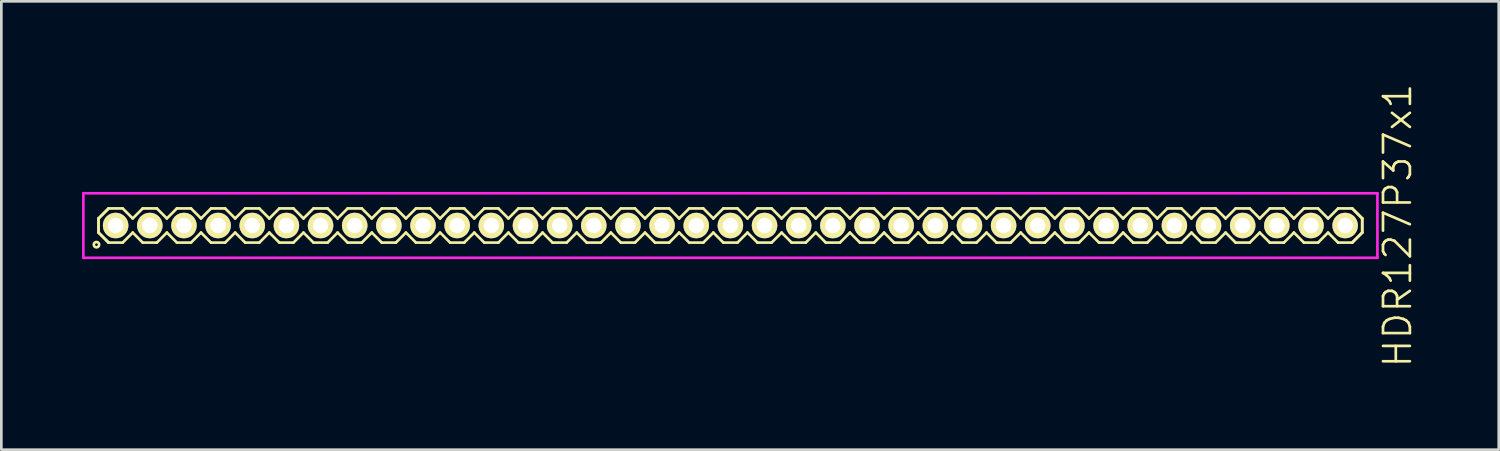
<source format=kicad_pcb>
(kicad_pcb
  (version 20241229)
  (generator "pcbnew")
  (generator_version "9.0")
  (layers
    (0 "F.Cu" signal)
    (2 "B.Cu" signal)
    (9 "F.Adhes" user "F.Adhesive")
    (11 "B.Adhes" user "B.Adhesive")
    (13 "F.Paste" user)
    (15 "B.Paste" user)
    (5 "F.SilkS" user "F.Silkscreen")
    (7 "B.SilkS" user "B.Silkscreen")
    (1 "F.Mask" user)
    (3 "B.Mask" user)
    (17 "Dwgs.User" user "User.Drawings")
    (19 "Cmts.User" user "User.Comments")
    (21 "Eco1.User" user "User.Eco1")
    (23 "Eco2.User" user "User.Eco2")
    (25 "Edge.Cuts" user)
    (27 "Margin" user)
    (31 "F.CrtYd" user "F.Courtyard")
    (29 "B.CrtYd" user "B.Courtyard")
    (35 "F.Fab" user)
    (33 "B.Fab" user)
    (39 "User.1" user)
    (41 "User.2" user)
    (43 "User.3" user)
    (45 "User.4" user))
  (footprint "HDR127P37x1"
    (layer "F.Cu")
    (at 24.11 5.336)
    (property "Reference" "HDR127P37x1" (at 24.81 0 90) (layer "F.SilkS") (effects (font (size 1 1) (thickness 0.1))))
    (attr through_hole)
    (fp_line (start -23.495 -0.263) (end -23.123 -0.635) (stroke (width 0.1) (type solid)) (layer "F.SilkS"))
    (fp_line (start -23.495 -0.263) (end -23.123 -0.635) (stroke (width 0.1) (type solid)) (layer "F.SilkS"))
    (fp_line (start -23.495 0.263) (end -23.495 -0.263) (stroke (width 0.1) (type solid)) (layer "F.SilkS"))
    (fp_line (start -23.495 0.263) (end -23.495 -0.263) (stroke (width 0.1) (type solid)) (layer "F.SilkS"))
    (fp_line (start -23.123 -0.635) (end -22.597 -0.635) (stroke (width 0.1) (type solid)) (layer "F.SilkS"))
    (fp_line (start -23.123 0.635) (end -23.495 0.263) (stroke (width 0.1) (type solid)) (layer "F.SilkS"))
    (fp_line (start -23.123 0.635) (end -23.495 0.263) (stroke (width 0.1) (type solid)) (layer "F.SilkS"))
    (fp_line (start -22.597 -0.635) (end -22.225 -0.263) (stroke (width 0.1) (type solid)) (layer "F.SilkS"))
    (fp_line (start -22.597 0.635) (end -23.123 0.635) (stroke (width 0.1) (type solid)) (layer "F.SilkS"))
    (fp_line (start -22.225 -0.263) (end -21.853 -0.635) (stroke (width 0.1) (type solid)) (layer "F.SilkS"))
    (fp_line (start -22.225 0.263) (end -22.597 0.635) (stroke (width 0.1) (type solid)) (layer "F.SilkS"))
    (fp_line (start -21.853 -0.635) (end -21.327 -0.635) (stroke (width 0.1) (type solid)) (layer "F.SilkS"))
    (fp_line (start -21.853 0.635) (end -22.225 0.263) (stroke (width 0.1) (type solid)) (layer "F.SilkS"))
    (fp_line (start -21.327 -0.635) (end -20.955 -0.263) (stroke (width 0.1) (type solid)) (layer "F.SilkS"))
    (fp_line (start -21.327 0.635) (end -21.853 0.635) (stroke (width 0.1) (type solid)) (layer "F.SilkS"))
    (fp_line (start -20.955 -0.263) (end -20.583 -0.635) (stroke (width 0.1) (type solid)) (layer "F.SilkS"))
    (fp_line (start -20.955 0.263) (end -21.327 0.635) (stroke (width 0.1) (type solid)) (layer "F.SilkS"))
    (fp_line (start -20.583 -0.635) (end -20.057 -0.635) (stroke (width 0.1) (type solid)) (layer "F.SilkS"))
    (fp_line (start -20.583 0.635) (end -20.955 0.263) (stroke (width 0.1) (type solid)) (layer "F.SilkS"))
    (fp_line (start -20.057 -0.635) (end -19.685 -0.263) (stroke (width 0.1) (type solid)) (layer "F.SilkS"))
    (fp_line (start -20.057 0.635) (end -20.583 0.635) (stroke (width 0.1) (type solid)) (layer "F.SilkS"))
    (fp_line (start -19.685 -0.263) (end -19.313 -0.635) (stroke (width 0.1) (type solid)) (layer "F.SilkS"))
    (fp_line (start -19.685 0.263) (end -20.057 0.635) (stroke (width 0.1) (type solid)) (layer "F.SilkS"))
    (fp_line (start -19.313 -0.635) (end -18.787 -0.635) (stroke (width 0.1) (type solid)) (layer "F.SilkS"))
    (fp_line (start -19.313 0.635) (end -19.685 0.263) (stroke (width 0.1) (type solid)) (layer "F.SilkS"))
    (fp_line (start -18.787 -0.635) (end -18.415 -0.263) (stroke (width 0.1) (type solid)) (layer "F.SilkS"))
    (fp_line (start -18.787 0.635) (end -19.313 0.635) (stroke (width 0.1) (type solid)) (layer "F.SilkS"))
    (fp_line (start -18.415 -0.263) (end -18.043 -0.635) (stroke (width 0.1) (type solid)) (layer "F.SilkS"))
    (fp_line (start -18.415 0.263) (end -18.787 0.635) (stroke (width 0.1) (type solid)) (layer "F.SilkS"))
    (fp_line (start -18.043 -0.635) (end -17.517 -0.635) (stroke (width 0.1) (type solid)) (layer "F.SilkS"))
    (fp_line (start -18.043 0.635) (end -18.415 0.263) (stroke (width 0.1) (type solid)) (layer "F.SilkS"))
    (fp_line (start -17.517 -0.635) (end -17.145 -0.263) (stroke (width 0.1) (type solid)) (layer "F.SilkS"))
    (fp_line (start -17.517 0.635) (end -18.043 0.635) (stroke (width 0.1) (type solid)) (layer "F.SilkS"))
    (fp_line (start -17.145 -0.263) (end -16.773 -0.635) (stroke (width 0.1) (type solid)) (layer "F.SilkS"))
    (fp_line (start -17.145 0.263) (end -17.517 0.635) (stroke (width 0.1) (type solid)) (layer "F.SilkS"))
    (fp_line (start -16.773 -0.635) (end -16.247 -0.635) (stroke (width 0.1) (type solid)) (layer "F.SilkS"))
    (fp_line (start -16.773 0.635) (end -17.145 0.263) (stroke (width 0.1) (type solid)) (layer "F.SilkS"))
    (fp_line (start -16.247 -0.635) (end -15.875 -0.263) (stroke (width 0.1) (type solid)) (layer "F.SilkS"))
    (fp_line (start -16.247 0.635) (end -16.773 0.635) (stroke (width 0.1) (type solid)) (layer "F.SilkS"))
    (fp_line (start -15.875 -0.263) (end -15.503 -0.635) (stroke (width 0.1) (type solid)) (layer "F.SilkS"))
    (fp_line (start -15.875 0.263) (end -16.247 0.635) (stroke (width 0.1) (type solid)) (layer "F.SilkS"))
    (fp_line (start -15.503 -0.635) (end -14.977 -0.635) (stroke (width 0.1) (type solid)) (layer "F.SilkS"))
    (fp_line (start -15.503 0.635) (end -15.875 0.263) (stroke (width 0.1) (type solid)) (layer "F.SilkS"))
    (fp_line (start -14.977 -0.635) (end -14.605 -0.263) (stroke (width 0.1) (type solid)) (layer "F.SilkS"))
    (fp_line (start -14.977 0.635) (end -15.503 0.635) (stroke (width 0.1) (type solid)) (layer "F.SilkS"))
    (fp_line (start -14.605 -0.263) (end -14.233 -0.635) (stroke (width 0.1) (type solid)) (layer "F.SilkS"))
    (fp_line (start -14.605 0.263) (end -14.977 0.635) (stroke (width 0.1) (type solid)) (layer "F.SilkS"))
    (fp_line (start -14.233 -0.635) (end -13.707 -0.635) (stroke (width 0.1) (type solid)) (layer "F.SilkS"))
    (fp_line (start -14.233 0.635) (end -14.605 0.263) (stroke (width 0.1) (type solid)) (layer "F.SilkS"))
    (fp_line (start -13.707 -0.635) (end -13.335 -0.263) (stroke (width 0.1) (type solid)) (layer "F.SilkS"))
    (fp_line (start -13.707 0.635) (end -14.233 0.635) (stroke (width 0.1) (type solid)) (layer "F.SilkS"))
    (fp_line (start -13.335 -0.263) (end -12.963 -0.635) (stroke (width 0.1) (type solid)) (layer "F.SilkS"))
    (fp_line (start -13.335 0.263) (end -13.707 0.635) (stroke (width 0.1) (type solid)) (layer "F.SilkS"))
    (fp_line (start -12.963 -0.635) (end -12.437 -0.635) (stroke (width 0.1) (type solid)) (layer "F.SilkS"))
    (fp_line (start -12.963 0.635) (end -13.335 0.263) (stroke (width 0.1) (type solid)) (layer "F.SilkS"))
    (fp_line (start -12.437 -0.635) (end -12.065 -0.263) (stroke (width 0.1) (type solid)) (layer "F.SilkS"))
    (fp_line (start -12.437 0.635) (end -12.963 0.635) (stroke (width 0.1) (type solid)) (layer "F.SilkS"))
    (fp_line (start -12.065 -0.263) (end -11.693 -0.635) (stroke (width 0.1) (type solid)) (layer "F.SilkS"))
    (fp_line (start -12.065 0.263) (end -12.437 0.635) (stroke (width 0.1) (type solid)) (layer "F.SilkS"))
    (fp_line (start -11.693 -0.635) (end -11.167 -0.635) (stroke (width 0.1) (type solid)) (layer "F.SilkS"))
    (fp_line (start -11.693 0.635) (end -12.065 0.263) (stroke (width 0.1) (type solid)) (layer "F.SilkS"))
    (fp_line (start -11.167 -0.635) (end -10.795 -0.263) (stroke (width 0.1) (type solid)) (layer "F.SilkS"))
    (fp_line (start -11.167 0.635) (end -11.693 0.635) (stroke (width 0.1) (type solid)) (layer "F.SilkS"))
    (fp_line (start -10.795 -0.263) (end -10.423 -0.635) (stroke (width 0.1) (type solid)) (layer "F.SilkS"))
    (fp_line (start -10.795 0.263) (end -11.167 0.635) (stroke (width 0.1) (type solid)) (layer "F.SilkS"))
    (fp_line (start -10.423 -0.635) (end -9.897 -0.635) (stroke (width 0.1) (type solid)) (layer "F.SilkS"))
    (fp_line (start -10.423 0.635) (end -10.795 0.263) (stroke (width 0.1) (type solid)) (layer "F.SilkS"))
    (fp_line (start -9.897 -0.635) (end -9.525 -0.263) (stroke (width 0.1) (type solid)) (layer "F.SilkS"))
    (fp_line (start -9.897 0.635) (end -10.423 0.635) (stroke (width 0.1) (type solid)) (layer "F.SilkS"))
    (fp_line (start -9.525 -0.263) (end -9.153 -0.635) (stroke (width 0.1) (type solid)) (layer "F.SilkS"))
    (fp_line (start -9.525 0.263) (end -9.897 0.635) (stroke (width 0.1) (type solid)) (layer "F.SilkS"))
    (fp_line (start -9.153 -0.635) (end -8.627 -0.635) (stroke (width 0.1) (type solid)) (layer "F.SilkS"))
    (fp_line (start -9.153 0.635) (end -9.525 0.263) (stroke (width 0.1) (type solid)) (layer "F.SilkS"))
    (fp_line (start -8.627 -0.635) (end -8.255 -0.263) (stroke (width 0.1) (type solid)) (layer "F.SilkS"))
    (fp_line (start -8.627 0.635) (end -9.153 0.635) (stroke (width 0.1) (type solid)) (layer "F.SilkS"))
    (fp_line (start -8.255 -0.263) (end -7.883 -0.635) (stroke (width 0.1) (type solid)) (layer "F.SilkS"))
    (fp_line (start -8.255 0.263) (end -8.627 0.635) (stroke (width 0.1) (type solid)) (layer "F.SilkS"))
    (fp_line (start -7.883 -0.635) (end -7.357 -0.635) (stroke (width 0.1) (type solid)) (layer "F.SilkS"))
    (fp_line (start -7.883 0.635) (end -8.255 0.263) (stroke (width 0.1) (type solid)) (layer "F.SilkS"))
    (fp_line (start -7.357 -0.635) (end -6.985 -0.263) (stroke (width 0.1) (type solid)) (layer "F.SilkS"))
    (fp_line (start -7.357 0.635) (end -7.883 0.635) (stroke (width 0.1) (type solid)) (layer "F.SilkS"))
    (fp_line (start -6.985 -0.263) (end -6.613 -0.635) (stroke (width 0.1) (type solid)) (layer "F.SilkS"))
    (fp_line (start -6.985 0.263) (end -7.357 0.635) (stroke (width 0.1) (type solid)) (layer "F.SilkS"))
    (fp_line (start -6.613 -0.635) (end -6.087 -0.635) (stroke (width 0.1) (type solid)) (layer "F.SilkS"))
    (fp_line (start -6.613 0.635) (end -6.985 0.263) (stroke (width 0.1) (type solid)) (layer "F.SilkS"))
    (fp_line (start -6.087 -0.635) (end -5.715 -0.263) (stroke (width 0.1) (type solid)) (layer "F.SilkS"))
    (fp_line (start -6.087 0.635) (end -6.613 0.635) (stroke (width 0.1) (type solid)) (layer "F.SilkS"))
    (fp_line (start -5.715 -0.263) (end -5.343 -0.635) (stroke (width 0.1) (type solid)) (layer "F.SilkS"))
    (fp_line (start -5.715 0.263) (end -6.087 0.635) (stroke (width 0.1) (type solid)) (layer "F.SilkS"))
    (fp_line (start -5.343 -0.635) (end -4.817 -0.635) (stroke (width 0.1) (type solid)) (layer "F.SilkS"))
    (fp_line (start -5.343 0.635) (end -5.715 0.263) (stroke (width 0.1) (type solid)) (layer "F.SilkS"))
    (fp_line (start -4.817 -0.635) (end -4.445 -0.263) (stroke (width 0.1) (type solid)) (layer "F.SilkS"))
    (fp_line (start -4.817 0.635) (end -5.343 0.635) (stroke (width 0.1) (type solid)) (layer "F.SilkS"))
    (fp_line (start -4.445 -0.263) (end -4.073 -0.635) (stroke (width 0.1) (type solid)) (layer "F.SilkS"))
    (fp_line (start -4.445 0.263) (end -4.817 0.635) (stroke (width 0.1) (type solid)) (layer "F.SilkS"))
    (fp_line (start -4.073 -0.635) (end -3.547 -0.635) (stroke (width 0.1) (type solid)) (layer "F.SilkS"))
    (fp_line (start -4.073 0.635) (end -4.445 0.263) (stroke (width 0.1) (type solid)) (layer "F.SilkS"))
    (fp_line (start -3.547 -0.635) (end -3.175 -0.263) (stroke (width 0.1) (type solid)) (layer "F.SilkS"))
    (fp_line (start -3.547 0.635) (end -4.073 0.635) (stroke (width 0.1) (type solid)) (layer "F.SilkS"))
    (fp_line (start -3.175 -0.263) (end -2.803 -0.635) (stroke (width 0.1) (type solid)) (layer "F.SilkS"))
    (fp_line (start -3.175 0.263) (end -3.547 0.635) (stroke (width 0.1) (type solid)) (layer "F.SilkS"))
    (fp_line (start -2.803 -0.635) (end -2.277 -0.635) (stroke (width 0.1) (type solid)) (layer "F.SilkS"))
    (fp_line (start -2.803 0.635) (end -3.175 0.263) (stroke (width 0.1) (type solid)) (layer "F.SilkS"))
    (fp_line (start -2.277 -0.635) (end -1.905 -0.263) (stroke (width 0.1) (type solid)) (layer "F.SilkS"))
    (fp_line (start -2.277 0.635) (end -2.803 0.635) (stroke (width 0.1) (type solid)) (layer "F.SilkS"))
    (fp_line (start -1.905 -0.263) (end -1.533 -0.635) (stroke (width 0.1) (type solid)) (layer "F.SilkS"))
    (fp_line (start -1.905 0.263) (end -2.277 0.635) (stroke (width 0.1) (type solid)) (layer "F.SilkS"))
    (fp_line (start -1.533 -0.635) (end -1.007 -0.635) (stroke (width 0.1) (type solid)) (layer "F.SilkS"))
    (fp_line (start -1.533 0.635) (end -1.905 0.263) (stroke (width 0.1) (type solid)) (layer "F.SilkS"))
    (fp_line (start -1.007 -0.635) (end -0.635 -0.263) (stroke (width 0.1) (type solid)) (layer "F.SilkS"))
    (fp_line (start -1.007 0.635) (end -1.533 0.635) (stroke (width 0.1) (type solid)) (layer "F.SilkS"))
    (fp_line (start -0.635 -0.263) (end -0.263 -0.635) (stroke (width 0.1) (type solid)) (layer "F.SilkS"))
    (fp_line (start -0.635 0.263) (end -1.007 0.635) (stroke (width 0.1) (type solid)) (layer "F.SilkS"))
    (fp_line (start -0.263 -0.635) (end 0.263 -0.635) (stroke (width 0.1) (type solid)) (layer "F.SilkS"))
    (fp_line (start -0.263 0.635) (end -0.635 0.263) (stroke (width 0.1) (type solid)) (layer "F.SilkS"))
    (fp_line (start 0.263 -0.635) (end 0.635 -0.263) (stroke (width 0.1) (type solid)) (layer "F.SilkS"))
    (fp_line (start 0.263 0.635) (end -0.263 0.635) (stroke (width 0.1) (type solid)) (layer "F.SilkS"))
    (fp_line (start 0.635 -0.263) (end 1.007 -0.635) (stroke (width 0.1) (type solid)) (layer "F.SilkS"))
    (fp_line (start 0.635 0.263) (end 0.263 0.635) (stroke (width 0.1) (type solid)) (layer "F.SilkS"))
    (fp_line (start 1.007 -0.635) (end 1.533 -0.635) (stroke (width 0.1) (type solid)) (layer "F.SilkS"))
    (fp_line (start 1.007 0.635) (end 0.635 0.263) (stroke (width 0.1) (type solid)) (layer "F.SilkS"))
    (fp_line (start 1.533 -0.635) (end 1.905 -0.263) (stroke (width 0.1) (type solid)) (layer "F.SilkS"))
    (fp_line (start 1.533 0.635) (end 1.007 0.635) (stroke (width 0.1) (type solid)) (layer "F.SilkS"))
    (fp_line (start 1.905 -0.263) (end 2.277 -0.635) (stroke (width 0.1) (type solid)) (layer "F.SilkS"))
    (fp_line (start 1.905 0.263) (end 1.533 0.635) (stroke (width 0.1) (type solid)) (layer "F.SilkS"))
    (fp_line (start 2.277 -0.635) (end 2.803 -0.635) (stroke (width 0.1) (type solid)) (layer "F.SilkS"))
    (fp_line (start 2.277 0.635) (end 1.905 0.263) (stroke (width 0.1) (type solid)) (layer "F.SilkS"))
    (fp_line (start 2.803 -0.635) (end 3.175 -0.263) (stroke (width 0.1) (type solid)) (layer "F.SilkS"))
    (fp_line (start 2.803 0.635) (end 2.277 0.635) (stroke (width 0.1) (type solid)) (layer "F.SilkS"))
    (fp_line (start 3.175 -0.263) (end 3.547 -0.635) (stroke (width 0.1) (type solid)) (layer "F.SilkS"))
    (fp_line (start 3.175 0.263) (end 2.803 0.635) (stroke (width 0.1) (type solid)) (layer "F.SilkS"))
    (fp_line (start 3.547 -0.635) (end 4.073 -0.635) (stroke (width 0.1) (type solid)) (layer "F.SilkS"))
    (fp_line (start 3.547 0.635) (end 3.175 0.263) (stroke (width 0.1) (type solid)) (layer "F.SilkS"))
    (fp_line (start 4.073 -0.635) (end 4.445 -0.263) (stroke (width 0.1) (type solid)) (layer "F.SilkS"))
    (fp_line (start 4.073 0.635) (end 3.547 0.635) (stroke (width 0.1) (type solid)) (layer "F.SilkS"))
    (fp_line (start 4.445 -0.263) (end 4.817 -0.635) (stroke (width 0.1) (type solid)) (layer "F.SilkS"))
    (fp_line (start 4.445 0.263) (end 4.073 0.635) (stroke (width 0.1) (type solid)) (layer "F.SilkS"))
    (fp_line (start 4.817 -0.635) (end 5.343 -0.635) (stroke (width 0.1) (type solid)) (layer "F.SilkS"))
    (fp_line (start 4.817 0.635) (end 4.445 0.263) (stroke (width 0.1) (type solid)) (layer "F.SilkS"))
    (fp_line (start 5.343 -0.635) (end 5.715 -0.263) (stroke (width 0.1) (type solid)) (layer "F.SilkS"))
    (fp_line (start 5.343 0.635) (end 4.817 0.635) (stroke (width 0.1) (type solid)) (layer "F.SilkS"))
    (fp_line (start 5.715 -0.263) (end 6.087 -0.635) (stroke (width 0.1) (type solid)) (layer "F.SilkS"))
    (fp_line (start 5.715 0.263) (end 5.343 0.635) (stroke (width 0.1) (type solid)) (layer "F.SilkS"))
    (fp_line (start 6.087 -0.635) (end 6.613 -0.635) (stroke (width 0.1) (type solid)) (layer "F.SilkS"))
    (fp_line (start 6.087 0.635) (end 5.715 0.263) (stroke (width 0.1) (type solid)) (layer "F.SilkS"))
    (fp_line (start 6.613 -0.635) (end 6.985 -0.263) (stroke (width 0.1) (type solid)) (layer "F.SilkS"))
    (fp_line (start 6.613 0.635) (end 6.087 0.635) (stroke (width 0.1) (type solid)) (layer "F.SilkS"))
    (fp_line (start 6.985 -0.263) (end 7.357 -0.635) (stroke (width 0.1) (type solid)) (layer "F.SilkS"))
    (fp_line (start 6.985 0.263) (end 6.613 0.635) (stroke (width 0.1) (type solid)) (layer "F.SilkS"))
    (fp_line (start 7.357 -0.635) (end 7.883 -0.635) (stroke (width 0.1) (type solid)) (layer "F.SilkS"))
    (fp_line (start 7.357 0.635) (end 6.985 0.263) (stroke (width 0.1) (type solid)) (layer "F.SilkS"))
    (fp_line (start 7.883 -0.635) (end 8.255 -0.263) (stroke (width 0.1) (type solid)) (layer "F.SilkS"))
    (fp_line (start 7.883 0.635) (end 7.357 0.635) (stroke (width 0.1) (type solid)) (layer "F.SilkS"))
    (fp_line (start 8.255 -0.263) (end 8.627 -0.635) (stroke (width 0.1) (type solid)) (layer "F.SilkS"))
    (fp_line (start 8.255 0.263) (end 7.883 0.635) (stroke (width 0.1) (type solid)) (layer "F.SilkS"))
    (fp_line (start 8.627 -0.635) (end 9.153 -0.635) (stroke (width 0.1) (type solid)) (layer "F.SilkS"))
    (fp_line (start 8.627 0.635) (end 8.255 0.263) (stroke (width 0.1) (type solid)) (layer "F.SilkS"))
    (fp_line (start 9.153 -0.635) (end 9.525 -0.263) (stroke (width 0.1) (type solid)) (layer "F.SilkS"))
    (fp_line (start 9.153 0.635) (end 8.627 0.635) (stroke (width 0.1) (type solid)) (layer "F.SilkS"))
    (fp_line (start 9.525 -0.263) (end 9.897 -0.635) (stroke (width 0.1) (type solid)) (layer "F.SilkS"))
    (fp_line (start 9.525 0.263) (end 9.153 0.635) (stroke (width 0.1) (type solid)) (layer "F.SilkS"))
    (fp_line (start 9.897 -0.635) (end 10.423 -0.635) (stroke (width 0.1) (type solid)) (layer "F.SilkS"))
    (fp_line (start 9.897 0.635) (end 9.525 0.263) (stroke (width 0.1) (type solid)) (layer "F.SilkS"))
    (fp_line (start 10.423 -0.635) (end 10.795 -0.263) (stroke (width 0.1) (type solid)) (layer "F.SilkS"))
    (fp_line (start 10.423 0.635) (end 9.897 0.635) (stroke (width 0.1) (type solid)) (layer "F.SilkS"))
    (fp_line (start 10.795 -0.263) (end 11.167 -0.635) (stroke (width 0.1) (type solid)) (layer "F.SilkS"))
    (fp_line (start 10.795 0.263) (end 10.423 0.635) (stroke (width 0.1) (type solid)) (layer "F.SilkS"))
    (fp_line (start 11.167 -0.635) (end 11.693 -0.635) (stroke (width 0.1) (type solid)) (layer "F.SilkS"))
    (fp_line (start 11.167 0.635) (end 10.795 0.263) (stroke (width 0.1) (type solid)) (layer "F.SilkS"))
    (fp_line (start 11.693 -0.635) (end 12.065 -0.263) (stroke (width 0.1) (type solid)) (layer "F.SilkS"))
    (fp_line (start 11.693 0.635) (end 11.167 0.635) (stroke (width 0.1) (type solid)) (layer "F.SilkS"))
    (fp_line (start 12.065 -0.263) (end 12.437 -0.635) (stroke (width 0.1) (type solid)) (layer "F.SilkS"))
    (fp_line (start 12.065 0.263) (end 11.693 0.635) (stroke (width 0.1) (type solid)) (layer "F.SilkS"))
    (fp_line (start 12.437 -0.635) (end 12.963 -0.635) (stroke (width 0.1) (type solid)) (layer "F.SilkS"))
    (fp_line (start 12.437 0.635) (end 12.065 0.263) (stroke (width 0.1) (type solid)) (layer "F.SilkS"))
    (fp_line (start 12.963 -0.635) (end 13.335 -0.263) (stroke (width 0.1) (type solid)) (layer "F.SilkS"))
    (fp_line (start 12.963 0.635) (end 12.437 0.635) (stroke (width 0.1) (type solid)) (layer "F.SilkS"))
    (fp_line (start 13.335 -0.263) (end 13.707 -0.635) (stroke (width 0.1) (type solid)) (layer "F.SilkS"))
    (fp_line (start 13.335 0.263) (end 12.963 0.635) (stroke (width 0.1) (type solid)) (layer "F.SilkS"))
    (fp_line (start 13.707 -0.635) (end 14.233 -0.635) (stroke (width 0.1) (type solid)) (layer "F.SilkS"))
    (fp_line (start 13.707 0.635) (end 13.335 0.263) (stroke (width 0.1) (type solid)) (layer "F.SilkS"))
    (fp_line (start 14.233 -0.635) (end 14.605 -0.263) (stroke (width 0.1) (type solid)) (layer "F.SilkS"))
    (fp_line (start 14.233 0.635) (end 13.707 0.635) (stroke (width 0.1) (type solid)) (layer "F.SilkS"))
    (fp_line (start 14.605 -0.263) (end 14.977 -0.635) (stroke (width 0.1) (type solid)) (layer "F.SilkS"))
    (fp_line (start 14.605 0.263) (end 14.233 0.635) (stroke (width 0.1) (type solid)) (layer "F.SilkS"))
    (fp_line (start 14.977 -0.635) (end 15.503 -0.635) (stroke (width 0.1) (type solid)) (layer "F.SilkS"))
    (fp_line (start 14.977 0.635) (end 14.605 0.263) (stroke (width 0.1) (type solid)) (layer "F.SilkS"))
    (fp_line (start 15.503 -0.635) (end 15.875 -0.263) (stroke (width 0.1) (type solid)) (layer "F.SilkS"))
    (fp_line (start 15.503 0.635) (end 14.977 0.635) (stroke (width 0.1) (type solid)) (layer "F.SilkS"))
    (fp_line (start 15.875 -0.263) (end 16.247 -0.635) (stroke (width 0.1) (type solid)) (layer "F.SilkS"))
    (fp_line (start 15.875 0.263) (end 15.503 0.635) (stroke (width 0.1) (type solid)) (layer "F.SilkS"))
    (fp_line (start 16.247 -0.635) (end 16.773 -0.635) (stroke (width 0.1) (type solid)) (layer "F.SilkS"))
    (fp_line (start 16.247 0.635) (end 15.875 0.263) (stroke (width 0.1) (type solid)) (layer "F.SilkS"))
    (fp_line (start 16.773 -0.635) (end 17.145 -0.263) (stroke (width 0.1) (type solid)) (layer "F.SilkS"))
    (fp_line (start 16.773 0.635) (end 16.247 0.635) (stroke (width 0.1) (type solid)) (layer "F.SilkS"))
    (fp_line (start 17.145 -0.263) (end 17.517 -0.635) (stroke (width 0.1) (type solid)) (layer "F.SilkS"))
    (fp_line (start 17.145 0.263) (end 16.773 0.635) (stroke (width 0.1) (type solid)) (layer "F.SilkS"))
    (fp_line (start 17.517 -0.635) (end 18.043 -0.635) (stroke (width 0.1) (type solid)) (layer "F.SilkS"))
    (fp_line (start 17.517 0.635) (end 17.145 0.263) (stroke (width 0.1) (type solid)) (layer "F.SilkS"))
    (fp_line (start 18.043 -0.635) (end 18.415 -0.263) (stroke (width 0.1) (type solid)) (layer "F.SilkS"))
    (fp_line (start 18.043 0.635) (end 17.517 0.635) (stroke (width 0.1) (type solid)) (layer "F.SilkS"))
    (fp_line (start 18.415 -0.263) (end 18.787 -0.635) (stroke (width 0.1) (type solid)) (layer "F.SilkS"))
    (fp_line (start 18.415 0.263) (end 18.043 0.635) (stroke (width 0.1) (type solid)) (layer "F.SilkS"))
    (fp_line (start 18.787 -0.635) (end 19.313 -0.635) (stroke (width 0.1) (type solid)) (layer "F.SilkS"))
    (fp_line (start 18.787 0.635) (end 18.415 0.263) (stroke (width 0.1) (type solid)) (layer "F.SilkS"))
    (fp_line (start 19.313 -0.635) (end 19.685 -0.263) (stroke (width 0.1) (type solid)) (layer "F.SilkS"))
    (fp_line (start 19.313 0.635) (end 18.787 0.635) (stroke (width 0.1) (type solid)) (layer "F.SilkS"))
    (fp_line (start 19.685 -0.263) (end 20.057 -0.635) (stroke (width 0.1) (type solid)) (layer "F.SilkS"))
    (fp_line (start 19.685 0.263) (end 19.313 0.635) (stroke (width 0.1) (type solid)) (layer "F.SilkS"))
    (fp_line (start 20.057 -0.635) (end 20.583 -0.635) (stroke (width 0.1) (type solid)) (layer "F.SilkS"))
    (fp_line (start 20.057 0.635) (end 19.685 0.263) (stroke (width 0.1) (type solid)) (layer "F.SilkS"))
    (fp_line (start 20.583 -0.635) (end 20.955 -0.263) (stroke (width 0.1) (type solid)) (layer "F.SilkS"))
    (fp_line (start 20.583 0.635) (end 20.057 0.635) (stroke (width 0.1) (type solid)) (layer "F.SilkS"))
    (fp_line (start 20.955 -0.263) (end 21.327 -0.635) (stroke (width 0.1) (type solid)) (layer "F.SilkS"))
    (fp_line (start 20.955 0.263) (end 20.583 0.635) (stroke (width 0.1) (type solid)) (layer "F.SilkS"))
    (fp_line (start 21.327 -0.635) (end 21.853 -0.635) (stroke (width 0.1) (type solid)) (layer "F.SilkS"))
    (fp_line (start 21.327 0.635) (end 20.955 0.263) (stroke (width 0.1) (type solid)) (layer "F.SilkS"))
    (fp_line (start 21.853 -0.635) (end 22.225 -0.263) (stroke (width 0.1) (type solid)) (layer "F.SilkS"))
    (fp_line (start 21.853 0.635) (end 21.327 0.635) (stroke (width 0.1) (type solid)) (layer "F.SilkS"))
    (fp_line (start 22.225 -0.263) (end 22.597 -0.635) (stroke (width 0.1) (type solid)) (layer "F.SilkS"))
    (fp_line (start 22.225 0.263) (end 21.853 0.635) (stroke (width 0.1) (type solid)) (layer "F.SilkS"))
    (fp_line (start 22.597 -0.635) (end 23.123 -0.635) (stroke (width 0.1) (type solid)) (layer "F.SilkS"))
    (fp_line (start 22.597 0.635) (end 22.225 0.263) (stroke (width 0.1) (type solid)) (layer "F.SilkS"))
    (fp_line (start 23.123 -0.635) (end 23.495 -0.263) (stroke (width 0.1) (type solid)) (layer "F.SilkS"))
    (fp_line (start 23.123 -0.635) (end 23.495 -0.263) (stroke (width 0.1) (type solid)) (layer "F.SilkS"))
    (fp_line (start 23.123 0.635) (end 22.597 0.635) (stroke (width 0.1) (type solid)) (layer "F.SilkS"))
    (fp_line (start 23.495 -0.263) (end 23.495 0.263) (stroke (width 0.1) (type solid)) (layer "F.SilkS"))
    (fp_line (start 23.495 -0.263) (end 23.495 0.263) (stroke (width 0.1) (type solid)) (layer "F.SilkS"))
    (fp_line (start 23.495 0.263) (end 23.123 0.635) (stroke (width 0.1) (type solid)) (layer "F.SilkS"))
    (fp_line (start 23.495 0.263) (end 23.123 0.635) (stroke (width 0.1) (type solid)) (layer "F.SilkS"))
    (fp_circle (center -23.573 0.712) (end -23.473 0.712) (stroke (width 0.1) (type solid)) (fill no) (layer "F.SilkS"))
    (fp_line (start -24.06 -1.2) (end -24.06 1.2) (stroke (width 0.1) (type solid)) (layer "F.CrtYd"))
    (fp_line (start -24.06 1.2) (end 24.06 1.2) (stroke (width 0.1) (type solid)) (layer "F.CrtYd"))
    (fp_line (start 24.06 -1.2) (end -24.06 -1.2) (stroke (width 0.1) (type solid)) (layer "F.CrtYd"))
    (fp_line (start 24.06 1.2) (end 24.06 -1.2) (stroke (width 0.1) (type solid)) (layer "F.CrtYd"))
    (pad "1" thru_hole oval (at -22.86 0) (size 0.95 0.95) (drill 0.57) (layers "*.Cu" "*.Mask" "F.SilkS"))
    (pad "2" thru_hole oval (at -21.59 0) (size 0.95 0.95) (drill 0.57) (layers "*.Cu" "*.Mask" "F.SilkS"))
    (pad "3" thru_hole oval (at -20.32 0) (size 0.95 0.95) (drill 0.57) (layers "*.Cu" "*.Mask" "F.SilkS"))
    (pad "4" thru_hole oval (at -19.05 0) (size 0.95 0.95) (drill 0.57) (layers "*.Cu" "*.Mask" "F.SilkS"))
    (pad "5" thru_hole oval (at -17.78 0) (size 0.95 0.95) (drill 0.57) (layers "*.Cu" "*.Mask" "F.SilkS"))
    (pad "6" thru_hole oval (at -16.51 0) (size 0.95 0.95) (drill 0.57) (layers "*.Cu" "*.Mask" "F.SilkS"))
    (pad "7" thru_hole oval (at -15.24 0) (size 0.95 0.95) (drill 0.57) (layers "*.Cu" "*.Mask" "F.SilkS"))
    (pad "8" thru_hole oval (at -13.97 0) (size 0.95 0.95) (drill 0.57) (layers "*.Cu" "*.Mask" "F.SilkS"))
    (pad "9" thru_hole oval (at -12.7 0) (size 0.95 0.95) (drill 0.57) (layers "*.Cu" "*.Mask" "F.SilkS"))
    (pad "10" thru_hole oval (at -11.43 0) (size 0.95 0.95) (drill 0.57) (layers "*.Cu" "*.Mask" "F.SilkS"))
    (pad "11" thru_hole oval (at -10.16 0) (size 0.95 0.95) (drill 0.57) (layers "*.Cu" "*.Mask" "F.SilkS"))
    (pad "12" thru_hole oval (at -8.89 0) (size 0.95 0.95) (drill 0.57) (layers "*.Cu" "*.Mask" "F.SilkS"))
    (pad "13" thru_hole oval (at -7.62 0) (size 0.95 0.95) (drill 0.57) (layers "*.Cu" "*.Mask" "F.SilkS"))
    (pad "14" thru_hole oval (at -6.35 0) (size 0.95 0.95) (drill 0.57) (layers "*.Cu" "*.Mask" "F.SilkS"))
    (pad "15" thru_hole oval (at -5.08 0) (size 0.95 0.95) (drill 0.57) (layers "*.Cu" "*.Mask" "F.SilkS"))
    (pad "16" thru_hole oval (at -3.81 0) (size 0.95 0.95) (drill 0.57) (layers "*.Cu" "*.Mask" "F.SilkS"))
    (pad "17" thru_hole oval (at -2.54 0) (size 0.95 0.95) (drill 0.57) (layers "*.Cu" "*.Mask" "F.SilkS"))
    (pad "18" thru_hole oval (at -1.27 0) (size 0.95 0.95) (drill 0.57) (layers "*.Cu" "*.Mask" "F.SilkS"))
    (pad "19" thru_hole oval (at 0 0) (size 0.95 0.95) (drill 0.57) (layers "*.Cu" "*.Mask" "F.SilkS"))
    (pad "20" thru_hole oval (at 1.27 0) (size 0.95 0.95) (drill 0.57) (layers "*.Cu" "*.Mask" "F.SilkS"))
    (pad "21" thru_hole oval (at 2.54 0) (size 0.95 0.95) (drill 0.57) (layers "*.Cu" "*.Mask" "F.SilkS"))
    (pad "22" thru_hole oval (at 3.81 0) (size 0.95 0.95) (drill 0.57) (layers "*.Cu" "*.Mask" "F.SilkS"))
    (pad "23" thru_hole oval (at 5.08 0) (size 0.95 0.95) (drill 0.57) (layers "*.Cu" "*.Mask" "F.SilkS"))
    (pad "24" thru_hole oval (at 6.35 0) (size 0.95 0.95) (drill 0.57) (layers "*.Cu" "*.Mask" "F.SilkS"))
    (pad "25" thru_hole oval (at 7.62 0) (size 0.95 0.95) (drill 0.57) (layers "*.Cu" "*.Mask" "F.SilkS"))
    (pad "26" thru_hole oval (at 8.89 0) (size 0.95 0.95) (drill 0.57) (layers "*.Cu" "*.Mask" "F.SilkS"))
    (pad "27" thru_hole oval (at 10.16 0) (size 0.95 0.95) (drill 0.57) (layers "*.Cu" "*.Mask" "F.SilkS"))
    (pad "28" thru_hole oval (at 11.43 0) (size 0.95 0.95) (drill 0.57) (layers "*.Cu" "*.Mask" "F.SilkS"))
    (pad "29" thru_hole oval (at 12.7 0) (size 0.95 0.95) (drill 0.57) (layers "*.Cu" "*.Mask" "F.SilkS"))
    (pad "30" thru_hole oval (at 13.97 0) (size 0.95 0.95) (drill 0.57) (layers "*.Cu" "*.Mask" "F.SilkS"))
    (pad "31" thru_hole oval (at 15.24 0) (size 0.95 0.95) (drill 0.57) (layers "*.Cu" "*.Mask" "F.SilkS"))
    (pad "32" thru_hole oval (at 16.51 0) (size 0.95 0.95) (drill 0.57) (layers "*.Cu" "*.Mask" "F.SilkS"))
    (pad "33" thru_hole oval (at 17.78 0) (size 0.95 0.95) (drill 0.57) (layers "*.Cu" "*.Mask" "F.SilkS"))
    (pad "34" thru_hole oval (at 19.05 0) (size 0.95 0.95) (drill 0.57) (layers "*.Cu" "*.Mask" "F.SilkS"))
    (pad "35" thru_hole oval (at 20.32 0) (size 0.95 0.95) (drill 0.57) (layers "*.Cu" "*.Mask" "F.SilkS"))
    (pad "36" thru_hole oval (at 21.59 0) (size 0.95 0.95) (drill 0.57) (layers "*.Cu" "*.Mask" "F.SilkS"))
    (pad "37" thru_hole oval (at 22.86 0) (size 0.95 0.95) (drill 0.57) (layers "*.Cu" "*.Mask" "F.SilkS")))
  (gr_rect
    (start -3 -3)
    (end 52.681 13.671)
    (stroke (width 0.1) (type default))
    (fill no)
    (layer "Edge.Cuts")))
</source>
